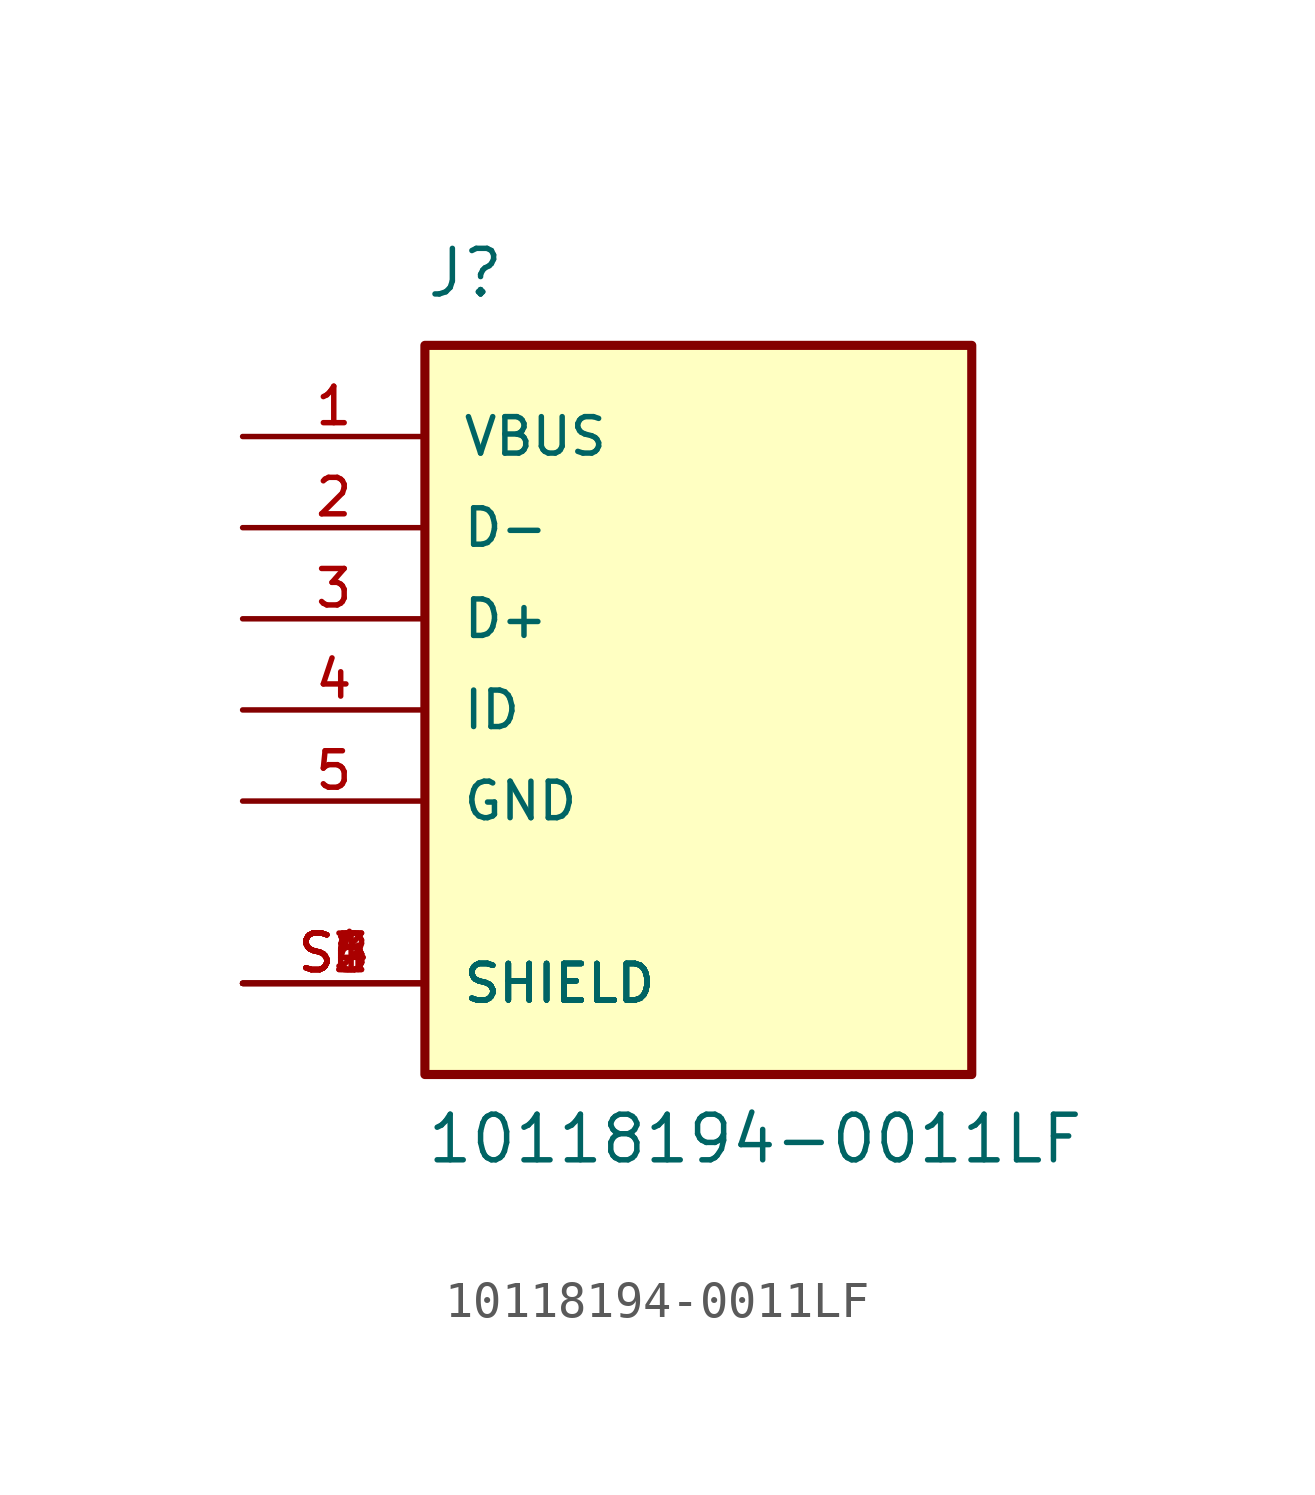
<source format=kicad_sym>
(kicad_symbol_lib
  (version 20211014)
  (generator kicad_symbol_editor)
  (symbol "10118194-0011LF"
    (pin_names
      (offset 1.016))
    (property "Reference" "J"
      (at -7.62 11.43 0)
      (effects (font (size 1.27 1.27)) (justify bottom left)))
    (property "Value" "10118194-0011LF"
      (at -7.62 -12.7 0)
      (effects (font (size 1.27 1.27)) (justify bottom left)))
    (symbol "10118194-0011LF_0_0"
      (rectangle (start -7.62 -10.16) (end 7.62 10.16) (stroke (width 0.254)) (fill (type background)))
      (pin passive line (at -12.7 -7.62 0) (length 5.08) (name "SHIELD" (effects (font (size 1.016 1.016)))) (number "S1" (effects (font (size 1.016 1.016)))))
      (pin passive line (at -12.7 -7.62 0) (length 5.08) (name "SHIELD" (effects (font (size 1.016 1.016)))) (number "S2" (effects (font (size 1.016 1.016)))))
      (pin passive line (at -12.7 -7.62 0) (length 5.08) (name "SHIELD" (effects (font (size 1.016 1.016)))) (number "S3" (effects (font (size 1.016 1.016)))))
      (pin passive line (at -12.7 -7.62 0) (length 5.08) (name "SHIELD" (effects (font (size 1.016 1.016)))) (number "S4" (effects (font (size 1.016 1.016)))))
      (pin passive line (at -12.7 -7.62 0) (length 5.08) (name "SHIELD" (effects (font (size 1.016 1.016)))) (number "S5" (effects (font (size 1.016 1.016)))))
      (pin passive line (at -12.7 -7.62 0) (length 5.08) (name "SHIELD" (effects (font (size 1.016 1.016)))) (number "S6" (effects (font (size 1.016 1.016)))))
      (pin power_in line (at -12.7 -2.54 0) (length 5.08) (name "GND" (effects (font (size 1.016 1.016)))) (number "5" (effects (font (size 1.016 1.016)))))
      (pin bidirectional line (at -12.7 0.0 0) (length 5.08) (name "ID" (effects (font (size 1.016 1.016)))) (number "4" (effects (font (size 1.016 1.016)))))
      (pin bidirectional line (at -12.7 2.54 0) (length 5.08) (name "D+" (effects (font (size 1.016 1.016)))) (number "3" (effects (font (size 1.016 1.016)))))
      (pin bidirectional line (at -12.7 5.08 0) (length 5.08) (name "D-" (effects (font (size 1.016 1.016)))) (number "2" (effects (font (size 1.016 1.016)))))
      (pin power_in line (at -12.7 7.62 0) (length 5.08) (name "VBUS" (effects (font (size 1.016 1.016)))) (number "1" (effects (font (size 1.016 1.016))))))))
</source>
